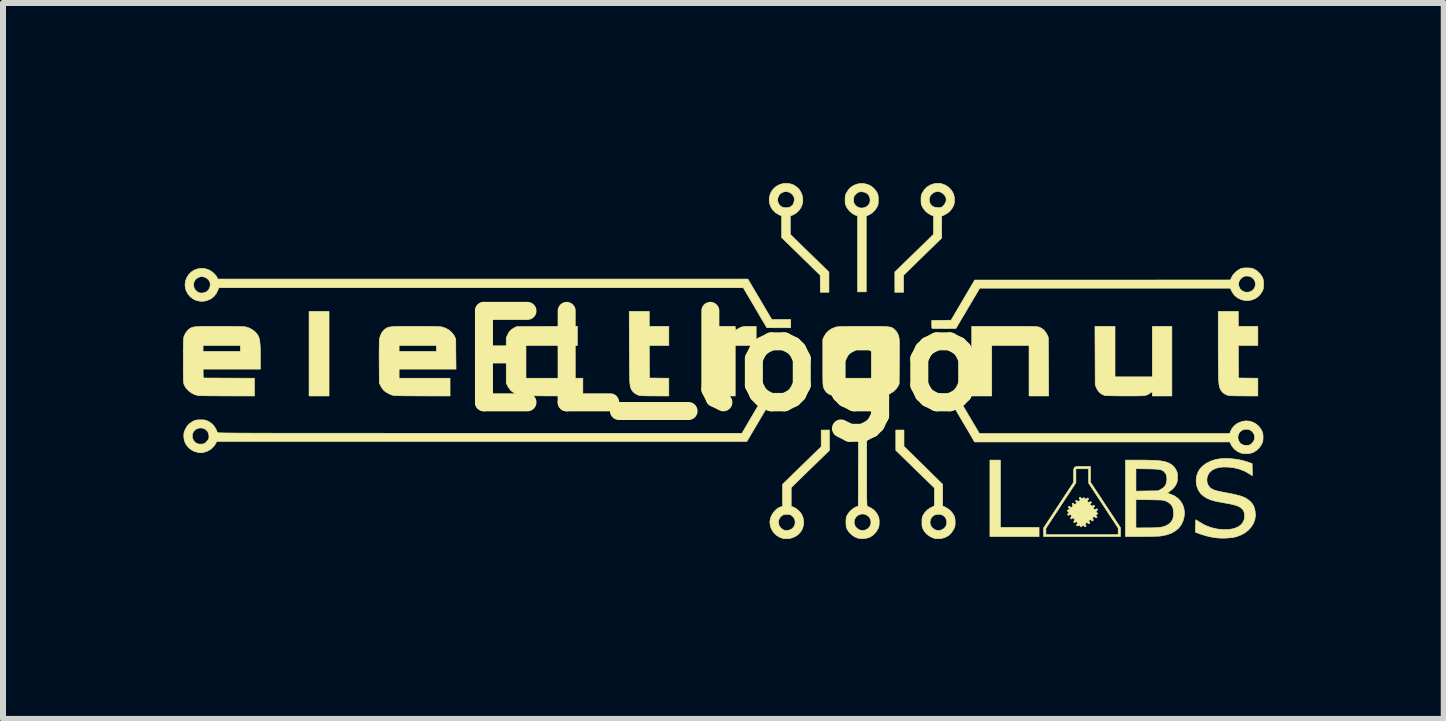
<source format=kicad_pcb>
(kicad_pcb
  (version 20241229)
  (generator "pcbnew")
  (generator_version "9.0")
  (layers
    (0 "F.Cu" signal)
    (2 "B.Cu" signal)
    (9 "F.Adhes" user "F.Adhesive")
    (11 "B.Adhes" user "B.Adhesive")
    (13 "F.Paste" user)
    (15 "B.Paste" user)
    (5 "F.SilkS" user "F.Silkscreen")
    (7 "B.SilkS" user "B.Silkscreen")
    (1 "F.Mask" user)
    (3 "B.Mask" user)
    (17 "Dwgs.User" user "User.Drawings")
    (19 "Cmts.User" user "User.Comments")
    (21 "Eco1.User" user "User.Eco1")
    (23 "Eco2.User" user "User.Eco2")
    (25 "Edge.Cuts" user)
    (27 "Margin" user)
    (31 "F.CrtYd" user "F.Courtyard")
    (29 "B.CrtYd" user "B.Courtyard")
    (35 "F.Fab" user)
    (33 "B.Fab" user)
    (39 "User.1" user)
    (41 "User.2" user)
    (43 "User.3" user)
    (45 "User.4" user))
  (footprint "EL_logo"
    (layer "F.Cu")
    (at 9.009 2.967)
    (property "Reference" "EL_logo" (at 0 0 0) (layer "F.SilkS") (effects (font (size 1.524 1.524) (thickness 0.3))))
    (attr through_hole)
    (fp_poly (pts (xy -6.574 0.584) (xy -6.907 0.584) (xy -6.907 -0.826) (xy -6.574 -0.826) (xy -6.574 0.584)) (stroke (width 0.01) (type solid)) (fill yes) (layer "F.SilkS"))
    (fp_poly (pts (xy 4.617 2.775) (xy 5.262 2.775) (xy 5.262 2.927) (xy 4.443 2.927) (xy 4.443 1.653) (xy 4.617 1.653) (xy 4.617 2.775)) (stroke (width 0.01) (type solid)) (fill yes) (layer "F.SilkS"))
    (fp_poly (pts (xy 0.201 -0.509) (xy 0.242 -0.535) (xy 0.268 -0.55) (xy 0.292 -0.561) (xy 0.317 -0.569) (xy 0.346 -0.573) (xy 0.383 -0.575) (xy 0.431 -0.576) (xy 0.442 -0.576) (xy 0.546 -0.576) (xy 0.546 -0.258) (xy 0.197 -0.258) (xy 0.197 0.584) (xy -0.136 0.584) (xy -0.136 -0.576) (xy 0.196 -0.576) (xy 0.201 -0.509)) (stroke (width 0.01) (type solid)) (fill yes) (layer "F.SilkS"))
    (fp_poly (pts (xy 4.786 -0.576) (xy 4.878 -0.576) (xy 4.956 -0.576) (xy 5.023 -0.576) (xy 5.078 -0.575) (xy 5.124 -0.574) (xy 5.162 -0.573) (xy 5.192 -0.572) (xy 5.215 -0.571) (xy 5.233 -0.57) (xy 5.247 -0.568) (xy 5.257 -0.565) (xy 5.262 -0.564) (xy 5.305 -0.544) (xy 5.346 -0.511) (xy 5.379 -0.468) (xy 5.396 -0.438) (xy 5.417 -0.39) (xy 5.422 0.584) (xy 5.095 0.584) (xy 5.095 -0.258) (xy 4.473 -0.258) (xy 4.473 0.584) (xy 4.14 0.584) (xy 4.14 -0.576) (xy 4.681 -0.576) (xy 4.786 -0.576)) (stroke (width 0.01) (type solid)) (fill yes) (layer "F.SilkS"))
    (fp_poly (pts (xy -2.434 -0.258) (xy -3.291 -0.258) (xy -3.291 0.288) (xy -2.343 0.288) (xy -2.343 0.584) (xy -2.845 0.583) (xy -2.932 0.583) (xy -3.015 0.582) (xy -3.093 0.582) (xy -3.165 0.581) (xy -3.228 0.58) (xy -3.283 0.579) (xy -3.327 0.578) (xy -3.359 0.577) (xy -3.377 0.576) (xy -3.381 0.576) (xy -3.421 0.564) (xy -3.466 0.544) (xy -3.508 0.52) (xy -3.539 0.497) (xy -3.562 0.471) (xy -3.585 0.437) (xy -3.595 0.419) (xy -3.62 0.368) (xy -3.62 -0.383) (xy -3.602 -0.427) (xy -3.574 -0.48) (xy -3.536 -0.521) (xy -3.489 -0.551) (xy -3.446 -0.572) (xy -2.94 -0.575) (xy -2.434 -0.577) (xy -2.434 -0.258)) (stroke (width 0.01) (type solid)) (fill yes) (layer "F.SilkS"))
    (fp_poly (pts (xy 5.994 1.759) (xy 6.119 1.759) (xy 6.119 1.89) (xy 6.119 2.021) (xy 6.369 2.4) (xy 6.619 2.779) (xy 6.619 2.853) (xy 6.619 2.927) (xy 5.338 2.927) (xy 5.338 2.79) (xy 5.376 2.79) (xy 5.376 2.896) (xy 6.581 2.896) (xy 6.581 2.786) (xy 6.088 2.036) (xy 6.088 1.797) (xy 5.876 1.797) (xy 5.876 2.03) (xy 5.626 2.41) (xy 5.376 2.79) (xy 5.338 2.79) (xy 5.338 2.784) (xy 5.838 2.023) (xy 5.838 1.906) (xy 5.838 1.857) (xy 5.839 1.82) (xy 5.843 1.794) (xy 5.852 1.776) (xy 5.868 1.766) (xy 5.893 1.761) (xy 5.928 1.759) (xy 5.976 1.759) (xy 5.994 1.759)) (stroke (width 0.01) (type solid)) (fill yes) (layer "F.SilkS"))
    (fp_poly (pts (xy 8.583 -0.576) (xy 8.909 -0.576) (xy 8.909 -0.258) (xy 8.583 -0.258) (xy 8.587 0.284) (xy 8.748 0.286) (xy 8.909 0.288) (xy 8.909 0.584) (xy 8.676 0.583) (xy 8.617 0.583) (xy 8.562 0.582) (xy 8.513 0.581) (xy 8.472 0.58) (xy 8.441 0.578) (xy 8.423 0.577) (xy 8.42 0.576) (xy 8.367 0.556) (xy 8.323 0.525) (xy 8.291 0.484) (xy 8.281 0.463) (xy 8.275 0.449) (xy 8.27 0.433) (xy 8.266 0.415) (xy 8.262 0.392) (xy 8.259 0.365) (xy 8.257 0.332) (xy 8.255 0.293) (xy 8.253 0.245) (xy 8.252 0.189) (xy 8.251 0.122) (xy 8.25 0.045) (xy 8.25 -0.045) (xy 8.249 -0.147) (xy 8.249 -0.264) (xy 8.249 -0.267) (xy 8.249 -0.826) (xy 8.583 -0.826) (xy 8.583 -0.576)) (stroke (width 0.01) (type solid)) (fill yes) (layer "F.SilkS"))
    (fp_poly (pts (xy -1.236 -0.576) (xy -0.91 -0.576) (xy -0.91 -0.258) (xy -1.236 -0.258) (xy -1.232 0.284) (xy -1.071 0.286) (xy -0.91 0.288) (xy -0.91 0.584) (xy -1.143 0.583) (xy -1.202 0.583) (xy -1.257 0.582) (xy -1.306 0.581) (xy -1.347 0.58) (xy -1.377 0.579) (xy -1.396 0.577) (xy -1.399 0.577) (xy -1.443 0.56) (xy -1.484 0.534) (xy -1.516 0.502) (xy -1.53 0.481) (xy -1.536 0.469) (xy -1.541 0.458) (xy -1.546 0.446) (xy -1.55 0.433) (xy -1.553 0.417) (xy -1.556 0.397) (xy -1.559 0.373) (xy -1.561 0.343) (xy -1.562 0.306) (xy -1.563 0.261) (xy -1.564 0.208) (xy -1.565 0.144) (xy -1.566 0.07) (xy -1.567 -0.017) (xy -1.567 -0.117) (xy -1.568 -0.222) (xy -1.57 -0.826) (xy -1.236 -0.826) (xy -1.236 -0.576)) (stroke (width 0.01) (type solid)) (fill yes) (layer "F.SilkS"))
    (fp_poly (pts (xy 6.528 0.265) (xy 7.15 0.265) (xy 7.15 -0.576) (xy 7.476 -0.576) (xy 7.476 0.584) (xy 7.15 0.584) (xy 7.15 0.55) (xy 7.149 0.529) (xy 7.147 0.517) (xy 7.146 0.516) (xy 7.137 0.52) (xy 7.121 0.53) (xy 7.107 0.539) (xy 7.091 0.55) (xy 7.076 0.559) (xy 7.061 0.566) (xy 7.043 0.571) (xy 7.022 0.576) (xy 6.995 0.579) (xy 6.961 0.581) (xy 6.919 0.582) (xy 6.867 0.583) (xy 6.804 0.583) (xy 6.727 0.583) (xy 6.696 0.583) (xy 6.628 0.583) (xy 6.563 0.582) (xy 6.505 0.581) (xy 6.454 0.58) (xy 6.411 0.579) (xy 6.38 0.578) (xy 6.362 0.576) (xy 6.359 0.576) (xy 6.31 0.556) (xy 6.268 0.524) (xy 6.234 0.48) (xy 6.216 0.443) (xy 6.198 0.398) (xy 6.194 -0.576) (xy 6.528 -0.576) (xy 6.528 0.265)) (stroke (width 0.01) (type solid)) (fill yes) (layer "F.SilkS"))
    (fp_poly (pts (xy -8.652 -1.541) (xy -8.595 -1.526) (xy -8.54 -1.497) (xy -8.501 -1.467) (xy -8.477 -1.443) (xy -8.457 -1.418) (xy -8.443 -1.397) (xy -8.443 -1.396) (xy -8.429 -1.365) (xy 0.408 -1.365) (xy 0.807 -0.69) (xy 1.122 -0.69) (xy 1.122 -0.553) (xy 0.724 -0.554) (xy 0.528 -0.887) (xy 0.331 -1.221) (xy -8.413 -1.221) (xy -8.425 -1.185) (xy -8.454 -1.125) (xy -8.494 -1.075) (xy -8.544 -1.036) (xy -8.604 -1.009) (xy -8.666 -0.995) (xy -8.728 -0.996) (xy -8.787 -1.009) (xy -8.841 -1.035) (xy -8.888 -1.071) (xy -8.927 -1.118) (xy -8.956 -1.173) (xy -8.966 -1.205) (xy -8.975 -1.264) (xy -8.974 -1.271) (xy -8.833 -1.271) (xy -8.826 -1.226) (xy -8.806 -1.187) (xy -8.773 -1.155) (xy -8.741 -1.137) (xy -8.714 -1.132) (xy -8.68 -1.133) (xy -8.646 -1.141) (xy -8.616 -1.153) (xy -8.613 -1.155) (xy -8.583 -1.184) (xy -8.563 -1.221) (xy -8.554 -1.262) (xy -8.557 -1.304) (xy -8.563 -1.322) (xy -8.583 -1.353) (xy -8.613 -1.38) (xy -8.649 -1.398) (xy -8.686 -1.407) (xy -8.714 -1.406) (xy -8.758 -1.39) (xy -8.794 -1.364) (xy -8.819 -1.33) (xy -8.832 -1.29) (xy -8.833 -1.271) (xy -8.974 -1.271) (xy -8.969 -1.322) (xy -8.95 -1.38) (xy -8.948 -1.384) (xy -8.915 -1.438) (xy -8.873 -1.481) (xy -8.823 -1.513) (xy -8.769 -1.534) (xy -8.711 -1.544) (xy -8.652 -1.541)) (stroke (width 0.01) (type solid)) (fill yes) (layer "F.SilkS"))
    (fp_poly (pts (xy 1.767 1.491) (xy 1.448 1.801) (xy 1.13 2.111) (xy 1.13 2.423) (xy 1.167 2.436) (xy 1.202 2.454) (xy 1.239 2.482) (xy 1.273 2.515) (xy 1.3 2.551) (xy 1.306 2.56) (xy 1.329 2.619) (xy 1.339 2.678) (xy 1.335 2.737) (xy 1.319 2.793) (xy 1.291 2.844) (xy 1.252 2.889) (xy 1.203 2.924) (xy 1.146 2.949) (xy 1.098 2.96) (xy 1.046 2.964) (xy 1 2.96) (xy 0.989 2.957) (xy 0.932 2.936) (xy 0.881 2.903) (xy 0.838 2.86) (xy 0.805 2.81) (xy 0.784 2.755) (xy 0.776 2.702) (xy 0.918 2.702) (xy 0.928 2.741) (xy 0.949 2.776) (xy 0.981 2.805) (xy 1.01 2.82) (xy 1.039 2.827) (xy 1.075 2.825) (xy 1.111 2.815) (xy 1.137 2.802) (xy 1.168 2.774) (xy 1.188 2.739) (xy 1.196 2.7) (xy 1.194 2.661) (xy 1.181 2.624) (xy 1.157 2.592) (xy 1.124 2.568) (xy 1.112 2.563) (xy 1.084 2.557) (xy 1.051 2.556) (xy 1.019 2.559) (xy 0.995 2.566) (xy 0.958 2.592) (xy 0.933 2.626) (xy 0.92 2.663) (xy 0.918 2.702) (xy 0.776 2.702) (xy 0.775 2.697) (xy 0.777 2.662) (xy 0.789 2.608) (xy 0.813 2.557) (xy 0.845 2.511) (xy 0.885 2.472) (xy 0.928 2.443) (xy 0.965 2.43) (xy 0.986 2.425) (xy 0.986 2.057) (xy 1.308 1.743) (xy 1.63 1.429) (xy 1.63 1.152) (xy 1.767 1.152) (xy 1.767 1.491)) (stroke (width 0.01) (type solid)) (fill yes) (layer "F.SilkS"))
    (fp_poly (pts (xy 1.113 -2.953) (xy 1.169 -2.934) (xy 1.219 -2.902) (xy 1.263 -2.86) (xy 1.276 -2.841) (xy 1.306 -2.786) (xy 1.321 -2.727) (xy 1.324 -2.668) (xy 1.314 -2.611) (xy 1.292 -2.557) (xy 1.259 -2.508) (xy 1.216 -2.467) (xy 1.162 -2.436) (xy 1.156 -2.433) (xy 1.115 -2.416) (xy 1.115 -2.11) (xy 1.759 -1.482) (xy 1.759 -1.314) (xy 1.759 -1.145) (xy 1.615 -1.145) (xy 1.615 -1.287) (xy 1.614 -1.429) (xy 1.292 -1.743) (xy 0.971 -2.057) (xy 0.971 -2.417) (xy 0.922 -2.44) (xy 0.868 -2.473) (xy 0.825 -2.515) (xy 0.793 -2.563) (xy 0.772 -2.617) (xy 0.763 -2.674) (xy 0.764 -2.683) (xy 0.902 -2.683) (xy 0.908 -2.65) (xy 0.924 -2.616) (xy 0.947 -2.586) (xy 0.962 -2.574) (xy 0.992 -2.56) (xy 1.03 -2.554) (xy 1.069 -2.555) (xy 1.105 -2.563) (xy 1.122 -2.572) (xy 1.153 -2.598) (xy 1.171 -2.627) (xy 1.18 -2.665) (xy 1.181 -2.676) (xy 1.182 -2.705) (xy 1.179 -2.727) (xy 1.169 -2.748) (xy 1.165 -2.754) (xy 1.138 -2.787) (xy 1.103 -2.81) (xy 1.063 -2.822) (xy 1.022 -2.822) (xy 0.982 -2.81) (xy 0.948 -2.787) (xy 0.942 -2.781) (xy 0.922 -2.752) (xy 0.908 -2.717) (xy 0.902 -2.683) (xy 0.902 -2.683) (xy 0.764 -2.683) (xy 0.767 -2.732) (xy 0.783 -2.788) (xy 0.812 -2.841) (xy 0.837 -2.872) (xy 0.885 -2.913) (xy 0.938 -2.941) (xy 0.996 -2.957) (xy 1.055 -2.961) (xy 1.113 -2.953)) (stroke (width 0.01) (type solid)) (fill yes) (layer "F.SilkS"))
    (fp_poly (pts (xy -5.05 -0.576) (xy -4.969 -0.576) (xy -4.897 -0.575) (xy -4.834 -0.574) (xy -4.782 -0.573) (xy -4.741 -0.571) (xy -4.713 -0.57) (xy -4.701 -0.569) (xy -4.639 -0.55) (xy -4.582 -0.52) (xy -4.534 -0.48) (xy -4.495 -0.433) (xy -4.483 -0.41) (xy -4.462 -0.368) (xy -4.46 -0.116) (xy -4.457 0.136) (xy -5.406 0.136) (xy -5.406 0.288) (xy -4.557 0.288) (xy -4.557 0.584) (xy -5.01 0.583) (xy -5.092 0.583) (xy -5.171 0.582) (xy -5.245 0.582) (xy -5.312 0.581) (xy -5.371 0.58) (xy -5.42 0.579) (xy -5.459 0.578) (xy -5.485 0.577) (xy -5.496 0.576) (xy -5.537 0.564) (xy -5.581 0.544) (xy -5.624 0.52) (xy -5.654 0.497) (xy -5.678 0.471) (xy -5.701 0.438) (xy -5.711 0.419) (xy -5.736 0.368) (xy -5.738 0.023) (xy -5.739 -0.08) (xy -5.738 -0.167) (xy -5.738 -0.239) (xy -5.737 -0.258) (xy -5.406 -0.258) (xy -5.406 -0.159) (xy -4.784 -0.159) (xy -4.784 -0.258) (xy -5.406 -0.258) (xy -5.737 -0.258) (xy -5.737 -0.297) (xy -5.735 -0.34) (xy -5.733 -0.367) (xy -5.732 -0.373) (xy -5.716 -0.428) (xy -5.69 -0.478) (xy -5.654 -0.519) (xy -5.643 -0.528) (xy -5.629 -0.538) (xy -5.616 -0.547) (xy -5.603 -0.554) (xy -5.587 -0.56) (xy -5.568 -0.565) (xy -5.545 -0.568) (xy -5.516 -0.571) (xy -5.479 -0.573) (xy -5.434 -0.575) (xy -5.38 -0.576) (xy -5.314 -0.576) (xy -5.235 -0.576) (xy -5.143 -0.576) (xy -5.137 -0.576) (xy -5.05 -0.576)) (stroke (width 0.01) (type solid)) (fill yes) (layer "F.SilkS"))
    (fp_poly (pts (xy 2.341 -2.957) (xy 2.396 -2.945) (xy 2.449 -2.922) (xy 2.497 -2.887) (xy 2.538 -2.842) (xy 2.564 -2.799) (xy 2.572 -2.78) (xy 2.577 -2.761) (xy 2.58 -2.738) (xy 2.582 -2.705) (xy 2.582 -2.684) (xy 2.581 -2.647) (xy 2.58 -2.621) (xy 2.576 -2.601) (xy 2.57 -2.583) (xy 2.56 -2.564) (xy 2.524 -2.511) (xy 2.478 -2.467) (xy 2.427 -2.436) (xy 2.381 -2.415) (xy 2.381 -1.152) (xy 2.237 -1.152) (xy 2.237 -2.416) (xy 2.195 -2.433) (xy 2.145 -2.461) (xy 2.1 -2.501) (xy 2.064 -2.547) (xy 2.05 -2.572) (xy 2.039 -2.598) (xy 2.033 -2.62) (xy 2.029 -2.645) (xy 2.029 -2.678) (xy 2.029 -2.685) (xy 2.169 -2.685) (xy 2.171 -2.652) (xy 2.179 -2.626) (xy 2.179 -2.625) (xy 2.206 -2.589) (xy 2.241 -2.564) (xy 2.282 -2.55) (xy 2.326 -2.55) (xy 2.37 -2.563) (xy 2.371 -2.564) (xy 2.407 -2.588) (xy 2.431 -2.619) (xy 2.444 -2.655) (xy 2.446 -2.692) (xy 2.439 -2.729) (xy 2.422 -2.763) (xy 2.397 -2.791) (xy 2.362 -2.81) (xy 2.324 -2.819) (xy 2.297 -2.82) (xy 2.273 -2.819) (xy 2.264 -2.818) (xy 2.242 -2.807) (xy 2.217 -2.789) (xy 2.195 -2.766) (xy 2.179 -2.744) (xy 2.172 -2.718) (xy 2.169 -2.685) (xy 2.029 -2.685) (xy 2.029 -2.688) (xy 2.029 -2.724) (xy 2.032 -2.75) (xy 2.038 -2.773) (xy 2.048 -2.796) (xy 2.049 -2.798) (xy 2.083 -2.852) (xy 2.125 -2.895) (xy 2.174 -2.927) (xy 2.227 -2.948) (xy 2.284 -2.958) (xy 2.341 -2.957)) (stroke (width 0.01) (type solid)) (fill yes) (layer "F.SilkS"))
    (fp_poly (pts (xy 3.675 0.548) (xy 3.878 0.55) (xy 4.072 0.88) (xy 4.267 1.209) (xy 8.441 1.209) (xy 8.455 1.17) (xy 8.48 1.124) (xy 8.516 1.081) (xy 8.56 1.046) (xy 8.587 1.031) (xy 8.649 1.008) (xy 8.711 0.999) (xy 8.772 1.004) (xy 8.83 1.022) (xy 8.883 1.053) (xy 8.929 1.094) (xy 8.966 1.147) (xy 8.976 1.166) (xy 8.986 1.192) (xy 8.993 1.216) (xy 8.995 1.245) (xy 8.996 1.274) (xy 8.995 1.308) (xy 8.993 1.333) (xy 8.986 1.356) (xy 8.975 1.381) (xy 8.972 1.389) (xy 8.936 1.444) (xy 8.889 1.489) (xy 8.834 1.523) (xy 8.795 1.536) (xy 8.747 1.544) (xy 8.697 1.546) (xy 8.652 1.541) (xy 8.631 1.536) (xy 8.571 1.509) (xy 8.52 1.471) (xy 8.479 1.422) (xy 8.459 1.386) (xy 8.443 1.35) (xy 4.187 1.35) (xy 4.148 1.282) (xy 8.576 1.282) (xy 8.585 1.322) (xy 8.59 1.333) (xy 8.615 1.37) (xy 8.648 1.395) (xy 8.689 1.407) (xy 8.725 1.408) (xy 8.755 1.405) (xy 8.776 1.399) (xy 8.796 1.387) (xy 8.801 1.383) (xy 8.832 1.349) (xy 8.851 1.31) (xy 8.857 1.269) (xy 8.849 1.229) (xy 8.828 1.191) (xy 8.808 1.17) (xy 8.774 1.148) (xy 8.735 1.138) (xy 8.692 1.139) (xy 8.653 1.151) (xy 8.62 1.174) (xy 8.595 1.205) (xy 8.58 1.242) (xy 8.576 1.282) (xy 4.148 1.282) (xy 3.991 1.016) (xy 3.795 0.683) (xy 3.634 0.683) (xy 3.473 0.682) (xy 3.473 0.546) (xy 3.675 0.548)) (stroke (width 0.01) (type solid)) (fill yes) (layer "F.SilkS"))
    (fp_poly (pts (xy 3.646 -2.952) (xy 3.702 -2.93) (xy 3.753 -2.896) (xy 3.797 -2.85) (xy 3.822 -2.812) (xy 3.835 -2.784) (xy 3.843 -2.76) (xy 3.848 -2.734) (xy 3.85 -2.699) (xy 3.851 -2.662) (xy 3.849 -2.634) (xy 3.843 -2.609) (xy 3.837 -2.591) (xy 3.811 -2.542) (xy 3.774 -2.497) (xy 3.729 -2.46) (xy 3.689 -2.437) (xy 3.639 -2.415) (xy 3.639 -2.049) (xy 3.003 -1.429) (xy 3.003 -1.145) (xy 2.858 -1.145) (xy 2.858 -1.484) (xy 3.181 -1.797) (xy 3.503 -2.111) (xy 3.503 -2.416) (xy 3.461 -2.433) (xy 3.412 -2.461) (xy 3.367 -2.499) (xy 3.331 -2.545) (xy 3.319 -2.566) (xy 3.307 -2.589) (xy 3.3 -2.609) (xy 3.296 -2.63) (xy 3.295 -2.657) (xy 3.294 -2.684) (xy 3.295 -2.695) (xy 3.431 -2.695) (xy 3.434 -2.655) (xy 3.452 -2.613) (xy 3.479 -2.583) (xy 3.516 -2.564) (xy 3.563 -2.556) (xy 3.577 -2.555) (xy 3.606 -2.556) (xy 3.625 -2.558) (xy 3.64 -2.565) (xy 3.655 -2.576) (xy 3.659 -2.58) (xy 3.686 -2.61) (xy 3.705 -2.644) (xy 3.714 -2.679) (xy 3.715 -2.688) (xy 3.708 -2.727) (xy 3.688 -2.763) (xy 3.658 -2.793) (xy 3.62 -2.815) (xy 3.604 -2.82) (xy 3.562 -2.824) (xy 3.523 -2.815) (xy 3.488 -2.796) (xy 3.46 -2.768) (xy 3.44 -2.734) (xy 3.431 -2.695) (xy 3.295 -2.695) (xy 3.295 -2.721) (xy 3.297 -2.747) (xy 3.302 -2.769) (xy 3.311 -2.791) (xy 3.314 -2.798) (xy 3.349 -2.854) (xy 3.394 -2.899) (xy 3.449 -2.933) (xy 3.512 -2.955) (xy 3.523 -2.957) (xy 3.585 -2.962) (xy 3.646 -2.952)) (stroke (width 0.01) (type solid)) (fill yes) (layer "F.SilkS"))
    (fp_poly (pts (xy 3.01 1.424) (xy 3.655 2.057) (xy 3.655 2.417) (xy 3.703 2.44) (xy 3.757 2.473) (xy 3.802 2.515) (xy 3.837 2.565) (xy 3.843 2.576) (xy 3.853 2.601) (xy 3.859 2.623) (xy 3.862 2.65) (xy 3.863 2.685) (xy 3.863 2.688) (xy 3.863 2.723) (xy 3.86 2.748) (xy 3.855 2.77) (xy 3.845 2.793) (xy 3.838 2.806) (xy 3.803 2.862) (xy 3.759 2.906) (xy 3.705 2.938) (xy 3.645 2.957) (xy 3.598 2.962) (xy 3.558 2.962) (xy 3.524 2.959) (xy 3.507 2.954) (xy 3.444 2.926) (xy 3.391 2.888) (xy 3.349 2.839) (xy 3.33 2.805) (xy 3.32 2.784) (xy 3.314 2.764) (xy 3.311 2.742) (xy 3.31 2.712) (xy 3.31 2.688) (xy 3.31 2.678) (xy 3.444 2.678) (xy 3.447 2.72) (xy 3.464 2.759) (xy 3.485 2.785) (xy 3.523 2.813) (xy 3.564 2.826) (xy 3.608 2.825) (xy 3.638 2.816) (xy 3.678 2.793) (xy 3.706 2.761) (xy 3.721 2.721) (xy 3.724 2.692) (xy 3.718 2.647) (xy 3.7 2.609) (xy 3.671 2.58) (xy 3.634 2.562) (xy 3.609 2.557) (xy 3.558 2.557) (xy 3.516 2.57) (xy 3.483 2.594) (xy 3.458 2.63) (xy 3.457 2.634) (xy 3.444 2.678) (xy 3.31 2.678) (xy 3.31 2.65) (xy 3.312 2.623) (xy 3.317 2.602) (xy 3.324 2.583) (xy 3.328 2.574) (xy 3.359 2.526) (xy 3.402 2.482) (xy 3.453 2.447) (xy 3.505 2.424) (xy 3.509 2.421) (xy 3.513 2.415) (xy 3.515 2.404) (xy 3.517 2.385) (xy 3.518 2.357) (xy 3.518 2.318) (xy 3.518 2.268) (xy 3.518 2.117) (xy 3.196 1.804) (xy 2.874 1.49) (xy 2.874 1.321) (xy 2.874 1.152) (xy 3.01 1.152) (xy 3.01 1.424)) (stroke (width 0.01) (type solid)) (fill yes) (layer "F.SilkS"))
    (fp_poly (pts (xy 2.388 1.786) (xy 2.388 1.899) (xy 2.388 1.997) (xy 2.389 2.083) (xy 2.389 2.156) (xy 2.389 2.218) (xy 2.389 2.269) (xy 2.39 2.311) (xy 2.391 2.345) (xy 2.392 2.371) (xy 2.393 2.39) (xy 2.394 2.404) (xy 2.396 2.414) (xy 2.397 2.419) (xy 2.4 2.422) (xy 2.402 2.424) (xy 2.463 2.452) (xy 2.515 2.491) (xy 2.556 2.54) (xy 2.572 2.569) (xy 2.584 2.595) (xy 2.592 2.617) (xy 2.595 2.64) (xy 2.597 2.669) (xy 2.597 2.688) (xy 2.596 2.723) (xy 2.594 2.748) (xy 2.588 2.77) (xy 2.579 2.793) (xy 2.572 2.807) (xy 2.539 2.859) (xy 2.496 2.902) (xy 2.446 2.934) (xy 2.428 2.942) (xy 2.384 2.955) (xy 2.335 2.961) (xy 2.287 2.961) (xy 2.245 2.955) (xy 2.244 2.955) (xy 2.189 2.932) (xy 2.139 2.898) (xy 2.096 2.855) (xy 2.063 2.807) (xy 2.06 2.799) (xy 2.052 2.778) (xy 2.047 2.756) (xy 2.044 2.728) (xy 2.044 2.695) (xy 2.179 2.695) (xy 2.187 2.734) (xy 2.208 2.771) (xy 2.24 2.8) (xy 2.263 2.814) (xy 2.295 2.825) (xy 2.326 2.827) (xy 2.36 2.82) (xy 2.4 2.802) (xy 2.43 2.774) (xy 2.451 2.74) (xy 2.46 2.701) (xy 2.458 2.661) (xy 2.443 2.622) (xy 2.42 2.592) (xy 2.383 2.566) (xy 2.343 2.552) (xy 2.301 2.551) (xy 2.26 2.563) (xy 2.224 2.588) (xy 2.201 2.615) (xy 2.183 2.654) (xy 2.179 2.695) (xy 2.044 2.695) (xy 2.043 2.69) (xy 2.043 2.688) (xy 2.044 2.65) (xy 2.046 2.623) (xy 2.051 2.602) (xy 2.058 2.582) (xy 2.062 2.574) (xy 2.086 2.535) (xy 2.119 2.497) (xy 2.157 2.465) (xy 2.194 2.441) (xy 2.206 2.436) (xy 2.248 2.42) (xy 2.252 1.152) (xy 2.388 1.152) (xy 2.388 1.786)) (stroke (width 0.01) (type solid)) (fill yes) (layer "F.SilkS"))
    (fp_poly (pts (xy 8.764 -1.55) (xy 8.791 -1.548) (xy 8.812 -1.545) (xy 8.831 -1.538) (xy 8.85 -1.529) (xy 8.898 -1.499) (xy 8.942 -1.458) (xy 8.975 -1.412) (xy 8.984 -1.395) (xy 8.994 -1.373) (xy 8.999 -1.352) (xy 9.002 -1.329) (xy 9.004 -1.296) (xy 9.004 -1.278) (xy 9.003 -1.241) (xy 9.001 -1.215) (xy 8.997 -1.195) (xy 8.99 -1.177) (xy 8.983 -1.162) (xy 8.948 -1.108) (xy 8.905 -1.066) (xy 8.865 -1.04) (xy 8.806 -1.017) (xy 8.745 -1.006) (xy 8.684 -1.009) (xy 8.626 -1.025) (xy 8.572 -1.052) (xy 8.525 -1.089) (xy 8.487 -1.138) (xy 8.472 -1.167) (xy 8.45 -1.213) (xy 6.361 -1.213) (xy 4.273 -1.213) (xy 3.876 -0.542) (xy 3.68 -0.54) (xy 3.626 -0.54) (xy 3.578 -0.54) (xy 3.537 -0.54) (xy 3.506 -0.541) (xy 3.485 -0.542) (xy 3.478 -0.543) (xy 3.475 -0.553) (xy 3.474 -0.574) (xy 3.473 -0.602) (xy 3.473 -0.611) (xy 3.473 -0.675) (xy 3.795 -0.679) (xy 3.992 -1.014) (xy 4.154 -1.29) (xy 8.587 -1.29) (xy 8.592 -1.247) (xy 8.611 -1.205) (xy 8.613 -1.202) (xy 8.641 -1.173) (xy 8.677 -1.154) (xy 8.719 -1.145) (xy 8.761 -1.148) (xy 8.795 -1.16) (xy 8.83 -1.185) (xy 8.854 -1.218) (xy 8.867 -1.255) (xy 8.868 -1.294) (xy 8.859 -1.332) (xy 8.839 -1.366) (xy 8.807 -1.394) (xy 8.793 -1.402) (xy 8.748 -1.416) (xy 8.704 -1.416) (xy 8.663 -1.402) (xy 8.627 -1.374) (xy 8.623 -1.37) (xy 8.598 -1.331) (xy 8.587 -1.29) (xy 4.154 -1.29) (xy 4.189 -1.349) (xy 6.321 -1.349) (xy 8.452 -1.35) (xy 8.468 -1.387) (xy 8.491 -1.428) (xy 8.525 -1.468) (xy 8.565 -1.503) (xy 8.602 -1.527) (xy 8.624 -1.538) (xy 8.642 -1.544) (xy 8.661 -1.548) (xy 8.686 -1.55) (xy 8.721 -1.551) (xy 8.727 -1.551) (xy 8.764 -1.55)) (stroke (width 0.01) (type solid)) (fill yes) (layer "F.SilkS"))
    (fp_poly (pts (xy -8.318 -0.576) (xy -8.237 -0.576) (xy -8.165 -0.575) (xy -8.102 -0.574) (xy -8.05 -0.573) (xy -8.009 -0.571) (xy -7.981 -0.57) (xy -7.968 -0.569) (xy -7.909 -0.551) (xy -7.854 -0.522) (xy -7.806 -0.485) (xy -7.768 -0.44) (xy -7.753 -0.414) (xy -7.743 -0.392) (xy -7.736 -0.367) (xy -7.73 -0.337) (xy -7.726 -0.301) (xy -7.722 -0.256) (xy -7.72 -0.201) (xy -7.719 -0.134) (xy -7.719 -0.063) (xy -7.719 0.136) (xy -8.674 0.136) (xy -8.672 0.21) (xy -8.67 0.284) (xy -8.244 0.286) (xy -7.817 0.288) (xy -7.817 0.584) (xy -8.274 0.583) (xy -8.357 0.583) (xy -8.436 0.582) (xy -8.51 0.582) (xy -8.577 0.581) (xy -8.637 0.58) (xy -8.687 0.579) (xy -8.726 0.578) (xy -8.752 0.577) (xy -8.765 0.575) (xy -8.819 0.559) (xy -8.871 0.531) (xy -8.918 0.495) (xy -8.956 0.454) (xy -8.984 0.409) (xy -8.986 0.403) (xy -8.99 0.393) (xy -8.994 0.383) (xy -8.996 0.372) (xy -8.999 0.358) (xy -9 0.341) (xy -9.002 0.318) (xy -9.002 0.288) (xy -9.003 0.25) (xy -9.003 0.202) (xy -9.004 0.144) (xy -9.004 0.073) (xy -9.004 -0.004) (xy -9.004 -0.089) (xy -9.004 -0.16) (xy -9.003 -0.22) (xy -9.003 -0.258) (xy -8.674 -0.258) (xy -8.674 -0.159) (xy -8.052 -0.159) (xy -8.052 -0.258) (xy -8.674 -0.258) (xy -9.003 -0.258) (xy -9.003 -0.268) (xy -9.002 -0.306) (xy -9.001 -0.337) (xy -8.999 -0.36) (xy -8.997 -0.379) (xy -8.995 -0.393) (xy -8.992 -0.405) (xy -8.991 -0.409) (xy -8.968 -0.461) (xy -8.934 -0.506) (xy -8.902 -0.534) (xy -8.889 -0.543) (xy -8.876 -0.55) (xy -8.863 -0.557) (xy -8.847 -0.562) (xy -8.828 -0.566) (xy -8.805 -0.569) (xy -8.775 -0.572) (xy -8.738 -0.574) (xy -8.692 -0.575) (xy -8.637 -0.576) (xy -8.57 -0.576) (xy -8.49 -0.576) (xy -8.405 -0.576) (xy -8.318 -0.576)) (stroke (width 0.01) (type solid)) (fill yes) (layer "F.SilkS"))
    (fp_poly (pts (xy 2.434 -0.576) (xy 2.515 -0.576) (xy 2.583 -0.576) (xy 2.641 -0.575) (xy 2.688 -0.573) (xy 2.726 -0.571) (xy 2.757 -0.568) (xy 2.781 -0.564) (xy 2.8 -0.559) (xy 2.816 -0.552) (xy 2.829 -0.544) (xy 2.841 -0.534) (xy 2.853 -0.522) (xy 2.864 -0.512) (xy 2.888 -0.484) (xy 2.904 -0.458) (xy 2.917 -0.426) (xy 2.919 -0.419) (xy 2.923 -0.407) (xy 2.926 -0.395) (xy 2.928 -0.381) (xy 2.93 -0.365) (xy 2.931 -0.344) (xy 2.932 -0.318) (xy 2.933 -0.285) (xy 2.933 -0.244) (xy 2.934 -0.192) (xy 2.933 -0.13) (xy 2.933 -0.055) (xy 2.933 0.008) (xy 2.93 0.383) (xy 2.91 0.422) (xy 2.877 0.469) (xy 2.832 0.511) (xy 2.779 0.544) (xy 2.72 0.568) (xy 2.688 0.576) (xy 2.672 0.577) (xy 2.642 0.579) (xy 2.6 0.58) (xy 2.549 0.581) (xy 2.491 0.582) (xy 2.426 0.582) (xy 2.357 0.583) (xy 2.285 0.583) (xy 2.212 0.583) (xy 2.141 0.583) (xy 2.072 0.582) (xy 2.008 0.582) (xy 1.95 0.581) (xy 1.901 0.58) (xy 1.861 0.579) (xy 1.833 0.577) (xy 1.818 0.576) (xy 1.818 0.576) (xy 1.765 0.556) (xy 1.721 0.525) (xy 1.688 0.483) (xy 1.67 0.444) (xy 1.667 0.434) (xy 1.664 0.423) (xy 1.662 0.408) (xy 1.661 0.389) (xy 1.659 0.365) (xy 1.658 0.333) (xy 1.658 0.293) (xy 1.657 0.243) (xy 1.657 0.182) (xy 1.657 0.109) (xy 1.657 0.023) (xy 1.657 -0.258) (xy 1.987 -0.258) (xy 1.987 0.288) (xy 2.601 0.288) (xy 2.601 -0.258) (xy 1.987 -0.258) (xy 1.657 -0.258) (xy 1.657 -0.36) (xy 1.679 -0.407) (xy 1.711 -0.46) (xy 1.755 -0.504) (xy 1.808 -0.539) (xy 1.87 -0.563) (xy 1.895 -0.569) (xy 1.912 -0.57) (xy 1.942 -0.572) (xy 1.985 -0.573) (xy 2.04 -0.574) (xy 2.105 -0.575) (xy 2.179 -0.576) (xy 2.262 -0.576) (xy 2.339 -0.576) (xy 2.434 -0.576)) (stroke (width 0.01) (type solid)) (fill yes) (layer "F.SilkS"))
    (fp_poly (pts (xy 6.928 1.653) (xy 7.022 1.653) (xy 7.103 1.655) (xy 7.172 1.657) (xy 7.23 1.66) (xy 7.279 1.665) (xy 7.321 1.671) (xy 7.358 1.679) (xy 7.39 1.689) (xy 7.419 1.7) (xy 7.439 1.71) (xy 7.485 1.739) (xy 7.52 1.776) (xy 7.546 1.818) (xy 7.558 1.844) (xy 7.565 1.865) (xy 7.569 1.888) (xy 7.57 1.917) (xy 7.57 1.937) (xy 7.569 1.974) (xy 7.566 2.001) (xy 7.56 2.024) (xy 7.551 2.048) (xy 7.522 2.097) (xy 7.484 2.139) (xy 7.441 2.172) (xy 7.42 2.187) (xy 7.406 2.198) (xy 7.401 2.203) (xy 7.409 2.206) (xy 7.428 2.213) (xy 7.453 2.221) (xy 7.453 2.221) (xy 7.521 2.251) (xy 7.578 2.291) (xy 7.624 2.341) (xy 7.657 2.398) (xy 7.678 2.462) (xy 7.686 2.532) (xy 7.681 2.592) (xy 7.663 2.664) (xy 7.633 2.728) (xy 7.591 2.784) (xy 7.536 2.831) (xy 7.471 2.869) (xy 7.395 2.897) (xy 7.31 2.915) (xy 7.28 2.919) (xy 7.253 2.921) (xy 7.213 2.922) (xy 7.163 2.924) (xy 7.106 2.925) (xy 7.044 2.926) (xy 6.979 2.927) (xy 6.952 2.927) (xy 6.703 2.927) (xy 6.703 2.783) (xy 6.877 2.783) (xy 7.057 2.782) (xy 7.133 2.782) (xy 7.197 2.78) (xy 7.248 2.777) (xy 7.286 2.773) (xy 7.294 2.772) (xy 7.36 2.755) (xy 7.414 2.728) (xy 7.456 2.693) (xy 7.485 2.649) (xy 7.502 2.597) (xy 7.506 2.547) (xy 7.502 2.486) (xy 7.488 2.436) (xy 7.463 2.395) (xy 7.427 2.363) (xy 7.378 2.337) (xy 7.373 2.335) (xy 7.359 2.33) (xy 7.346 2.326) (xy 7.331 2.323) (xy 7.313 2.32) (xy 7.289 2.318) (xy 7.257 2.317) (xy 7.216 2.316) (xy 7.164 2.315) (xy 7.103 2.314) (xy 6.877 2.311) (xy 6.877 2.783) (xy 6.703 2.783) (xy 6.703 2.17) (xy 6.877 2.17) (xy 7.061 2.167) (xy 7.245 2.165) (xy 7.288 2.143) (xy 7.332 2.116) (xy 7.363 2.082) (xy 7.383 2.041) (xy 7.392 1.99) (xy 7.393 1.965) (xy 7.389 1.918) (xy 7.376 1.882) (xy 7.353 1.852) (xy 7.35 1.848) (xy 7.334 1.835) (xy 7.319 1.825) (xy 7.3 1.817) (xy 7.277 1.81) (xy 7.247 1.806) (xy 7.21 1.803) (xy 7.161 1.801) (xy 7.101 1.799) (xy 7.068 1.799) (xy 6.877 1.796) (xy 6.877 2.17) (xy 6.703 2.17) (xy 6.703 1.653) (xy 6.928 1.653)) (stroke (width 0.01) (type solid)) (fill yes) (layer "F.SilkS"))
    (fp_poly (pts (xy 1.099 0.675) (xy 0.785 0.675) (xy 0.391 1.342) (xy -8.446 1.342) (xy -8.464 1.378) (xy -8.498 1.427) (xy -8.542 1.469) (xy -8.596 1.501) (xy -8.655 1.522) (xy -8.665 1.524) (xy -8.693 1.529) (xy -8.713 1.53) (xy -8.732 1.529) (xy -8.757 1.524) (xy -8.772 1.521) (xy -8.821 1.507) (xy -8.862 1.486) (xy -8.901 1.457) (xy -8.917 1.441) (xy -8.955 1.396) (xy -8.979 1.349) (xy -8.992 1.295) (xy -8.995 1.25) (xy -8.995 1.243) (xy -8.854 1.243) (xy -8.851 1.283) (xy -8.836 1.32) (xy -8.811 1.352) (xy -8.78 1.374) (xy -8.75 1.384) (xy -8.715 1.387) (xy -8.68 1.385) (xy -8.652 1.377) (xy -8.652 1.377) (xy -8.629 1.361) (xy -8.607 1.338) (xy -8.588 1.313) (xy -8.578 1.292) (xy -8.576 1.273) (xy -8.576 1.247) (xy -8.577 1.236) (xy -8.588 1.195) (xy -8.61 1.161) (xy -8.641 1.136) (xy -8.677 1.121) (xy -8.718 1.116) (xy -8.759 1.123) (xy -8.796 1.141) (xy -8.827 1.169) (xy -8.846 1.205) (xy -8.854 1.243) (xy -8.995 1.243) (xy -8.994 1.218) (xy -8.991 1.194) (xy -8.984 1.171) (xy -8.971 1.143) (xy -8.967 1.134) (xy -8.938 1.085) (xy -8.902 1.047) (xy -8.857 1.015) (xy -8.833 1.002) (xy -8.812 0.993) (xy -8.792 0.987) (xy -8.77 0.983) (xy -8.74 0.982) (xy -8.716 0.982) (xy -8.678 0.982) (xy -8.651 0.984) (xy -8.63 0.989) (xy -8.609 0.997) (xy -8.597 1.002) (xy -8.566 1.019) (xy -8.534 1.041) (xy -8.519 1.054) (xy -8.499 1.076) (xy -8.478 1.105) (xy -8.46 1.136) (xy -8.446 1.165) (xy -8.439 1.187) (xy -8.439 1.192) (xy -8.439 1.193) (xy -8.437 1.194) (xy -8.435 1.194) (xy -8.431 1.195) (xy -8.425 1.196) (xy -8.417 1.197) (xy -8.406 1.198) (xy -8.392 1.198) (xy -8.375 1.199) (xy -8.354 1.199) (xy -8.329 1.2) (xy -8.299 1.201) (xy -8.265 1.201) (xy -8.225 1.201) (xy -8.18 1.202) (xy -8.128 1.202) (xy -8.071 1.203) (xy -8.006 1.203) (xy -7.935 1.203) (xy -7.856 1.204) (xy -7.77 1.204) (xy -7.675 1.204) (xy -7.572 1.204) (xy -7.46 1.205) (xy -7.339 1.205) (xy -7.209 1.205) (xy -7.068 1.205) (xy -6.917 1.205) (xy -6.755 1.205) (xy -6.583 1.205) (xy -6.398 1.205) (xy -6.203 1.205) (xy -5.995 1.205) (xy -5.774 1.205) (xy -5.541 1.206) (xy -5.294 1.206) (xy -5.034 1.206) (xy -4.76 1.206) (xy -4.471 1.206) (xy -4.168 1.206) (xy 0.309 1.206) (xy 0.505 0.872) (xy 0.701 0.539) (xy 1.099 0.538) (xy 1.099 0.675)) (stroke (width 0.01) (type solid)) (fill yes) (layer "F.SilkS"))
    (fp_poly (pts (xy 8.462 1.629) (xy 8.539 1.638) (xy 8.606 1.649) (xy 8.67 1.664) (xy 8.735 1.683) (xy 8.742 1.686) (xy 8.814 1.71) (xy 8.816 1.81) (xy 8.817 1.847) (xy 8.817 1.878) (xy 8.816 1.9) (xy 8.816 1.91) (xy 8.815 1.911) (xy 8.808 1.907) (xy 8.791 1.897) (xy 8.769 1.882) (xy 8.767 1.881) (xy 8.686 1.835) (xy 8.596 1.801) (xy 8.499 1.778) (xy 8.407 1.769) (xy 8.33 1.768) (xy 8.265 1.775) (xy 8.209 1.79) (xy 8.16 1.813) (xy 8.124 1.839) (xy 8.092 1.874) (xy 8.07 1.917) (xy 8.06 1.963) (xy 8.061 2.011) (xy 8.073 2.056) (xy 8.098 2.096) (xy 8.104 2.103) (xy 8.121 2.119) (xy 8.14 2.132) (xy 8.164 2.144) (xy 8.194 2.156) (xy 8.232 2.167) (xy 8.28 2.178) (xy 8.339 2.19) (xy 8.405 2.202) (xy 8.487 2.218) (xy 8.556 2.234) (xy 8.614 2.249) (xy 8.662 2.266) (xy 8.703 2.285) (xy 8.738 2.307) (xy 8.77 2.331) (xy 8.784 2.344) (xy 8.816 2.38) (xy 8.84 2.42) (xy 8.856 2.468) (xy 8.864 2.509) (xy 8.869 2.578) (xy 8.859 2.645) (xy 8.835 2.709) (xy 8.799 2.767) (xy 8.752 2.819) (xy 8.694 2.865) (xy 8.626 2.902) (xy 8.548 2.93) (xy 8.534 2.934) (xy 8.49 2.943) (xy 8.435 2.949) (xy 8.375 2.953) (xy 8.314 2.954) (xy 8.256 2.952) (xy 8.223 2.949) (xy 8.137 2.936) (xy 8.046 2.915) (xy 7.959 2.888) (xy 7.944 2.883) (xy 7.87 2.855) (xy 7.87 2.75) (xy 7.871 2.712) (xy 7.872 2.681) (xy 7.873 2.659) (xy 7.875 2.648) (xy 7.876 2.647) (xy 7.884 2.652) (xy 7.902 2.664) (xy 7.926 2.68) (xy 7.938 2.687) (xy 8.029 2.739) (xy 8.127 2.777) (xy 8.23 2.801) (xy 8.322 2.811) (xy 8.406 2.81) (xy 8.48 2.801) (xy 8.544 2.782) (xy 8.597 2.756) (xy 8.638 2.721) (xy 8.668 2.679) (xy 8.685 2.63) (xy 8.689 2.588) (xy 8.684 2.535) (xy 8.669 2.493) (xy 8.642 2.459) (xy 8.602 2.432) (xy 8.598 2.43) (xy 8.574 2.419) (xy 8.547 2.409) (xy 8.516 2.4) (xy 8.477 2.39) (xy 8.429 2.38) (xy 8.369 2.369) (xy 8.348 2.366) (xy 8.284 2.354) (xy 8.232 2.344) (xy 8.19 2.335) (xy 8.155 2.325) (xy 8.124 2.315) (xy 8.096 2.304) (xy 8.07 2.293) (xy 8.008 2.256) (xy 7.958 2.212) (xy 7.92 2.158) (xy 7.895 2.096) (xy 7.884 2.049) (xy 7.88 1.979) (xy 7.891 1.911) (xy 7.914 1.848) (xy 7.951 1.791) (xy 7.983 1.758) (xy 8.048 1.708) (xy 8.122 1.67) (xy 8.205 1.643) (xy 8.297 1.628) (xy 8.398 1.625) (xy 8.462 1.629)) (stroke (width 0.01) (type solid)) (fill yes) (layer "F.SilkS"))
    (fp_poly (pts (xy 5.953 2.274) (xy 5.96 2.283) (xy 5.97 2.294) (xy 5.98 2.295) (xy 5.992 2.288) (xy 6.006 2.28) (xy 6.016 2.282) (xy 6.026 2.292) (xy 6.038 2.302) (xy 6.047 2.303) (xy 6.058 2.293) (xy 6.071 2.284) (xy 6.078 2.286) (xy 6.081 2.29) (xy 6.088 2.304) (xy 6.083 2.313) (xy 6.077 2.315) (xy 6.067 2.325) (xy 6.069 2.34) (xy 6.078 2.351) (xy 6.09 2.357) (xy 6.104 2.352) (xy 6.105 2.351) (xy 6.12 2.346) (xy 6.131 2.351) (xy 6.136 2.359) (xy 6.131 2.368) (xy 6.124 2.373) (xy 6.107 2.387) (xy 6.126 2.407) (xy 6.139 2.419) (xy 6.147 2.421) (xy 6.157 2.414) (xy 6.158 2.413) (xy 6.17 2.405) (xy 6.179 2.408) (xy 6.184 2.413) (xy 6.192 2.423) (xy 6.187 2.429) (xy 6.18 2.433) (xy 6.167 2.443) (xy 6.166 2.453) (xy 6.176 2.467) (xy 6.185 2.477) (xy 6.196 2.476) (xy 6.206 2.472) (xy 6.222 2.465) (xy 6.232 2.469) (xy 6.235 2.471) (xy 6.239 2.48) (xy 6.231 2.489) (xy 6.227 2.492) (xy 6.21 2.504) (xy 6.225 2.525) (xy 6.241 2.547) (xy 6.225 2.555) (xy 6.212 2.567) (xy 6.213 2.581) (xy 6.222 2.594) (xy 6.23 2.605) (xy 6.228 2.61) (xy 6.222 2.613) (xy 6.206 2.612) (xy 6.194 2.604) (xy 6.183 2.595) (xy 6.174 2.596) (xy 6.163 2.607) (xy 6.152 2.619) (xy 6.152 2.628) (xy 6.159 2.637) (xy 6.168 2.649) (xy 6.166 2.657) (xy 6.16 2.662) (xy 6.15 2.667) (xy 6.14 2.662) (xy 6.135 2.656) (xy 6.126 2.645) (xy 6.117 2.644) (xy 6.104 2.653) (xy 6.104 2.653) (xy 6.091 2.664) (xy 6.09 2.672) (xy 6.099 2.683) (xy 6.1 2.684) (xy 6.109 2.696) (xy 6.108 2.704) (xy 6.103 2.707) (xy 6.088 2.714) (xy 6.078 2.708) (xy 6.076 2.703) (xy 6.066 2.693) (xy 6.052 2.696) (xy 6.039 2.707) (xy 6.03 2.719) (xy 6.032 2.728) (xy 6.038 2.736) (xy 6.047 2.748) (xy 6.044 2.756) (xy 6.039 2.76) (xy 6.029 2.765) (xy 6.019 2.758) (xy 6.014 2.753) (xy 6.001 2.736) (xy 5.981 2.751) (xy 5.962 2.767) (xy 5.947 2.751) (xy 5.933 2.741) (xy 5.921 2.742) (xy 5.914 2.745) (xy 5.897 2.75) (xy 5.887 2.744) (xy 5.888 2.731) (xy 5.895 2.722) (xy 5.904 2.709) (xy 5.902 2.699) (xy 5.898 2.694) (xy 5.889 2.682) (xy 5.886 2.677) (xy 5.879 2.679) (xy 5.865 2.687) (xy 5.865 2.687) (xy 5.851 2.695) (xy 5.844 2.694) (xy 5.841 2.688) (xy 5.842 2.673) (xy 5.849 2.662) (xy 5.856 2.651) (xy 5.854 2.64) (xy 5.849 2.632) (xy 5.833 2.618) (xy 5.818 2.619) (xy 5.807 2.628) (xy 5.799 2.636) (xy 5.793 2.631) (xy 5.791 2.627) (xy 5.789 2.612) (xy 5.796 2.602) (xy 5.803 2.591) (xy 5.801 2.58) (xy 5.796 2.571) (xy 5.786 2.56) (xy 5.776 2.56) (xy 5.766 2.566) (xy 5.752 2.573) (xy 5.743 2.57) (xy 5.74 2.567) (xy 5.737 2.557) (xy 5.747 2.544) (xy 5.747 2.544) (xy 5.763 2.53) (xy 5.747 2.513) (xy 5.731 2.496) (xy 5.752 2.481) (xy 5.766 2.47) (xy 5.769 2.462) (xy 5.761 2.452) (xy 5.759 2.45) (xy 5.75 2.436) (xy 5.752 2.426) (xy 5.753 2.425) (xy 5.763 2.421) (xy 5.776 2.429) (xy 5.793 2.44) (xy 5.807 2.438) (xy 5.818 2.428) (xy 5.826 2.415) (xy 5.823 2.404) (xy 5.82 2.399) (xy 5.813 2.384) (xy 5.817 2.375) (xy 5.825 2.37) (xy 5.837 2.376) (xy 5.841 2.38) (xy 5.853 2.39) (xy 5.862 2.39) (xy 5.876 2.381) (xy 5.888 2.37) (xy 5.89 2.363) (xy 5.88 2.351) (xy 5.88 2.351) (xy 5.871 2.338) (xy 5.872 2.331) (xy 5.876 2.328) (xy 5.891 2.326) (xy 5.899 2.332) (xy 5.914 2.342) (xy 5.927 2.339) (xy 5.938 2.33) (xy 5.948 2.32) (xy 5.945 2.311) (xy 5.94 2.304) (xy 5.931 2.292) (xy 5.935 2.281) (xy 5.937 2.278) (xy 5.945 2.271) (xy 5.953 2.274)) (stroke (width 0.01) (type solid)) (fill yes) (layer "F.SilkS")))
  (gr_rect
    (start -3 -3)
    (end 21.017 8.935)
    (stroke (width 0.1) (type default))
    (fill no)
    (layer "Edge.Cuts")))
</source>
